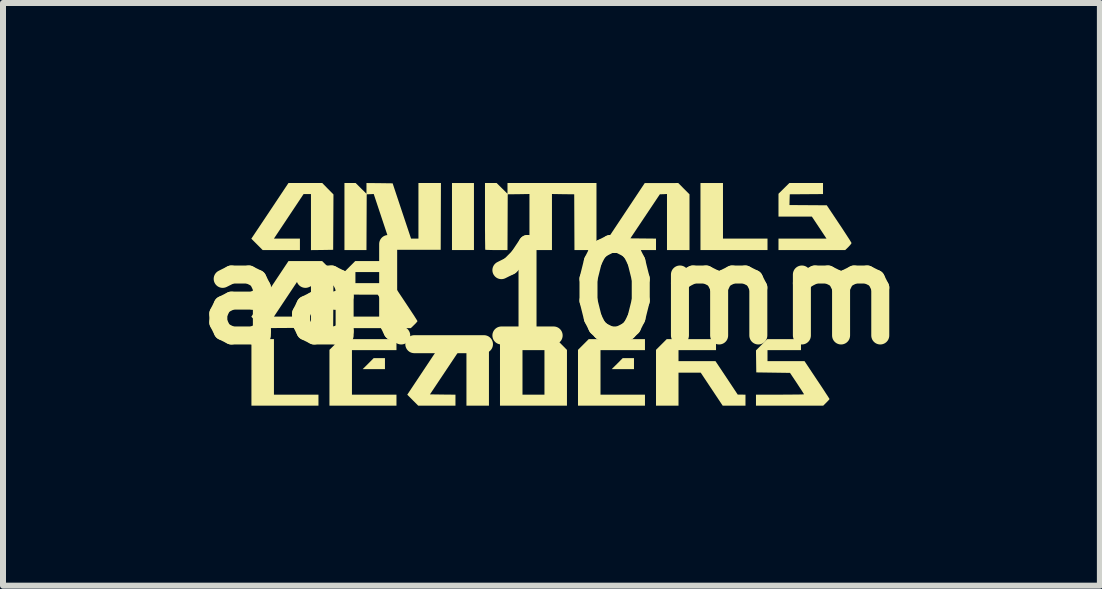
<source format=kicad_pcb>
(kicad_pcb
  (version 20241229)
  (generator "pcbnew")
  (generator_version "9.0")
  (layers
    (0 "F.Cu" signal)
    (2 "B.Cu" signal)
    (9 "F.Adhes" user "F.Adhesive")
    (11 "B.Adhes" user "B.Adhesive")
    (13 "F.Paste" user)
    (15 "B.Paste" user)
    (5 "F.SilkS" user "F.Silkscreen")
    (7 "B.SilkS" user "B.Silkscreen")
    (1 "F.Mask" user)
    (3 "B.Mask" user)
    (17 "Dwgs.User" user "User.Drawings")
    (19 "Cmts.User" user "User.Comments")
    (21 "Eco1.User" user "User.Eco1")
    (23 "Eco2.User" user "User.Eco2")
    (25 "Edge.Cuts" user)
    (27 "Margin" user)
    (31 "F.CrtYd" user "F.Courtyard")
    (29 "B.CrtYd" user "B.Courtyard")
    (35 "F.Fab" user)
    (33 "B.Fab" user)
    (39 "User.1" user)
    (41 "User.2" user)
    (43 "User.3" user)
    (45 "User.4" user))
  (footprint "aal_10mm"
    (layer "F.Cu")
    (at 6.14 1.851)
    (property "Reference" "aal_10mm" (at 0 0 0) (layer "F.SilkS") (effects (font (size 1.524 1.524) (thickness 0.3))))
    (attr board_only exclude_from_pos_files exclude_from_bom)
    (fp_poly (pts (xy -1.292 -0.734) (xy -1.658 -0.734) (xy -1.658 -1.851) (xy -1.292 -1.851)) (stroke (width 0) (type solid)) (fill yes) (layer "F.SilkS"))
    (fp_poly (pts (xy -2.775 1.25) (xy -3.146 1.25) (xy -3.054 1.159) (xy -2.963 1.067) (xy -2.775 1.067)) (stroke (width 0) (type solid)) (fill yes) (layer "F.SilkS"))
    (fp_poly (pts (xy 1.375 1.25) (xy 1.004 1.25) (xy 1.096 1.159) (xy 1.187 1.067) (xy 1.375 1.067)) (stroke (width 0) (type solid)) (fill yes) (layer "F.SilkS"))
    (fp_poly (pts (xy -4.625 1.676) (xy -3.883 1.676) (xy -3.883 1.859) (xy -5 1.859) (xy -5 0.75) (xy -4.625 0.75)) (stroke (width 0) (type solid)) (fill yes) (layer "F.SilkS"))
    (fp_poly (pts (xy 2.858 -0.925) (xy 3.6 -0.925) (xy 3.6 -0.734) (xy 2.483 -0.734) (xy 2.483 -1.851) (xy 2.858 -1.851)) (stroke (width 0) (type solid)) (fill yes) (layer "F.SilkS"))
    (fp_poly (pts (xy -2.583 0.934) (xy -3.325 0.934) (xy -3.325 1.676) (xy -2.583 1.676) (xy -2.583 1.859) (xy -3.7 1.859) (xy -3.7 0.929) (xy -3.61 0.84) (xy -3.521 0.75) (xy -2.583 0.75)) (stroke (width 0) (type solid)) (fill yes) (layer "F.SilkS"))
    (fp_poly (pts (xy 1.558 0.934) (xy 0.817 0.934) (xy 0.817 1.676) (xy 1.558 1.676) (xy 1.558 1.859) (xy 0.442 1.859) (xy 0.442 0.929) (xy 0.531 0.84) (xy 0.621 0.75) (xy 1.558 0.75)) (stroke (width 0) (type solid)) (fill yes) (layer "F.SilkS"))
    (fp_poly (pts (xy 0.169 0.84) (xy 0.258 0.93) (xy 0.258 1.859) (xy -0.858 1.859) (xy -0.858 1.676) (xy -0.483 1.676) (xy -0.117 1.676) (xy -0.117 0.934) (xy -0.483 0.934) (xy -0.483 1.676) (xy -0.858 1.676) (xy -0.858 0.75) (xy 0.079 0.75)) (stroke (width 0) (type solid)) (fill yes) (layer "F.SilkS"))
    (fp_poly (pts (xy -3.727 -1.756) (xy -3.633 -1.661) (xy -3.638 -0.738) (xy -3.823 -0.735) (xy -4.008 -0.733) (xy -4.008 -1.667) (xy -4.131 -1.667) (xy -4.378 -1.296) (xy -4.625 -0.925) (xy -4.192 -0.925) (xy -4.192 -0.734) (xy -4.813 -0.734) (xy -4.907 -0.828) (xy -5.002 -0.923) (xy -4.692 -1.387) (xy -4.383 -1.851) (xy -3.82 -1.851)) (stroke (width 0) (type solid)) (fill yes) (layer "F.SilkS"))
    (fp_poly (pts (xy -1.131 0.84) (xy -1.042 0.93) (xy -1.042 1.859) (xy -1.417 1.859) (xy -1.417 0.934) (xy -1.533 0.934) (xy -2.025 1.671) (xy -1.813 1.674) (xy -1.6 1.676) (xy -1.6 1.859) (xy -2.221 1.859) (xy -2.312 1.768) (xy -2.403 1.676) (xy -2.095 1.213) (xy -1.788 0.751) (xy -1.504 0.75) (xy -1.221 0.75)) (stroke (width 0) (type solid)) (fill yes) (layer "F.SilkS"))
    (fp_poly (pts (xy 2.206 -1.757) (xy 2.3 -1.663) (xy 2.3 -0.734) (xy 1.925 -0.734) (xy 1.925 -1.668) (xy 1.865 -1.665) (xy 1.806 -1.663) (xy 1.315 -0.929) (xy 1.528 -0.927) (xy 1.742 -0.925) (xy 1.742 -0.734) (xy 1.121 -0.734) (xy 1.028 -0.826) (xy 0.935 -0.919) (xy 1.245 -1.385) (xy 1.554 -1.85) (xy 1.833 -1.85) (xy 2.113 -1.851)) (stroke (width 0) (type solid)) (fill yes) (layer "F.SilkS"))
    (fp_poly (pts (xy -3.727 -0.456) (xy -3.633 -0.362) (xy -3.635 0.1) (xy -3.638 0.563) (xy -3.823 0.565) (xy -4.008 0.567) (xy -4.008 -0.367) (xy -4.131 -0.367) (xy -4.378 0.004) (xy -4.625 0.375) (xy -4.191 0.375) (xy -4.193 0.469) (xy -4.196 0.563) (xy -4.504 0.565) (xy -4.813 0.567) (xy -4.907 0.472) (xy -5.002 0.377) (xy -4.692 -0.086) (xy -4.383 -0.55) (xy -3.821 -0.55)) (stroke (width 0) (type solid)) (fill yes) (layer "F.SilkS"))
    (fp_poly (pts (xy 2.742 0.934) (xy 2.117 0.934) (xy 2.117 1.117) (xy 2.733 1.117) (xy 2.919 1.396) (xy 3.104 1.675) (xy 3.169 1.675) (xy 3.233 1.676) (xy 3.233 1.859) (xy 2.853 1.859) (xy 2.67 1.584) (xy 2.487 1.309) (xy 2.302 1.309) (xy 2.117 1.309) (xy 2.117 1.859) (xy 1.742 1.859) (xy 1.742 0.929) (xy 1.831 0.84) (xy 1.921 0.75) (xy 2.742 0.75)) (stroke (width 0) (type solid)) (fill yes) (layer "F.SilkS"))
    (fp_poly (pts (xy -2.865 -1.849) (xy -2.647 -1.846) (xy -2.494 -1.386) (xy -2.34 -0.925) (xy -2.217 -0.925) (xy -2.217 -1.851) (xy -1.842 -1.851) (xy -1.844 -1.294) (xy -1.846 -0.738) (xy -2.653 -0.738) (xy -2.962 -1.668) (xy -3.021 -1.665) (xy -3.079 -1.663) (xy -3.081 -1.198) (xy -3.083 -0.734) (xy -3.45 -0.734) (xy -3.45 -1.851) (xy -3.263 -1.851) (xy -3.173 -1.761) (xy -3.083 -1.672) (xy -3.083 -1.851)) (stroke (width 0) (type solid)) (fill yes) (layer "F.SilkS"))
    (fp_poly (pts (xy 4.525 -1.667) (xy 4.248 -1.665) (xy 3.971 -1.663) (xy 3.968 -1.574) (xy 3.966 -1.484) (xy 4.588 -1.48) (xy 4.794 -1.171) (xy 4.837 -1.107) (xy 4.876 -1.047) (xy 4.912 -0.992) (xy 4.943 -0.944) (xy 4.969 -0.904) (xy 4.987 -0.874) (xy 4.998 -0.856) (xy 5 -0.85) (xy 4.994 -0.839) (xy 4.979 -0.819) (xy 4.958 -0.796) (xy 4.948 -0.785) (xy 4.895 -0.734) (xy 3.783 -0.734) (xy 3.783 -0.925) (xy 4.583 -0.925) (xy 4.461 -1.109) (xy 4.339 -1.292) (xy 3.783 -1.292) (xy 3.783 -1.672) (xy 3.964 -1.851) (xy 4.525 -1.851)) (stroke (width 0) (type solid)) (fill yes) (layer "F.SilkS"))
    (fp_poly (pts (xy -0.733 -1.672) (xy -0.733 -1.851) (xy 0.75 -1.851) (xy 0.75 -0.734) (xy 0.383 -0.734) (xy 0.381 -1.198) (xy 0.379 -1.663) (xy 0.194 -1.665) (xy 0.008 -1.668) (xy 0.008 -0.734) (xy -0.367 -0.734) (xy -0.367 -1.668) (xy -0.548 -1.665) (xy -0.729 -1.663) (xy -0.731 -1.198) (xy -0.733 -0.734) (xy -0.915 -0.734) (xy -0.969 -0.734) (xy -1.017 -0.735) (xy -1.056 -0.736) (xy -1.085 -0.737) (xy -1.101 -0.738) (xy -1.103 -0.739) (xy -1.104 -0.748) (xy -1.105 -0.773) (xy -1.105 -0.811) (xy -1.106 -0.862) (xy -1.107 -0.923) (xy -1.107 -0.995) (xy -1.108 -1.075) (xy -1.108 -1.162) (xy -1.108 -1.254) (xy -1.108 -1.298) (xy -1.108 -1.851) (xy -0.914 -1.851)) (stroke (width 0) (type solid)) (fill yes) (layer "F.SilkS"))
    (fp_poly (pts (xy 4.158 0.934) (xy 3.6 0.934) (xy 3.6 1.117) (xy 4.217 1.117) (xy 4.425 1.43) (xy 4.468 1.494) (xy 4.508 1.554) (xy 4.544 1.609) (xy 4.575 1.657) (xy 4.601 1.696) (xy 4.619 1.725) (xy 4.631 1.743) (xy 4.633 1.749) (xy 4.628 1.757) (xy 4.613 1.774) (xy 4.592 1.796) (xy 4.581 1.807) (xy 4.529 1.859) (xy 3.408 1.859) (xy 3.408 1.676) (xy 3.808 1.676) (xy 3.888 1.675) (xy 3.963 1.675) (xy 4.03 1.674) (xy 4.089 1.674) (xy 4.138 1.673) (xy 4.176 1.672) (xy 4.199 1.671) (xy 4.208 1.669) (xy 4.208 1.669) (xy 4.204 1.661) (xy 4.191 1.641) (xy 4.172 1.61) (xy 4.147 1.572) (xy 4.118 1.528) (xy 4.092 1.488) (xy 3.975 1.313) (xy 3.413 1.305) (xy 3.408 0.938) (xy 3.502 0.844) (xy 3.596 0.75) (xy 4.158 0.75)) (stroke (width 0) (type solid)) (fill yes) (layer "F.SilkS"))
    (fp_poly (pts (xy -2.708 -0.367) (xy -3.267 -0.367) (xy -3.267 -0.183) (xy -2.65 -0.183) (xy -2.442 0.129) (xy -2.399 0.194) (xy -2.359 0.254) (xy -2.323 0.309) (xy -2.291 0.357) (xy -2.266 0.397) (xy -2.247 0.427) (xy -2.236 0.445) (xy -2.233 0.451) (xy -2.239 0.46) (xy -2.254 0.478) (xy -2.276 0.501) (xy -2.288 0.513) (xy -2.344 0.567) (xy -3.45 0.567) (xy -3.45 0.375) (xy -3.054 0.375) (xy -2.975 0.375) (xy -2.901 0.375) (xy -2.833 0.374) (xy -2.775 0.374) (xy -2.726 0.373) (xy -2.69 0.372) (xy -2.667 0.371) (xy -2.658 0.37) (xy -2.658 0.37) (xy -2.663 0.362) (xy -2.675 0.342) (xy -2.695 0.312) (xy -2.72 0.274) (xy -2.749 0.229) (xy -2.777 0.187) (xy -2.896 0.009) (xy -3.173 0.009) (xy -3.45 0.008) (xy -3.45 -0.371) (xy -3.36 -0.461) (xy -3.271 -0.55) (xy -2.708 -0.55)) (stroke (width 0) (type solid)) (fill yes) (layer "F.SilkS")))
  (gr_rect
    (start -3 -3)
    (end 15.279 6.71)
    (stroke (width 0.1) (type default))
    (fill no)
    (layer "Edge.Cuts")))
</source>
